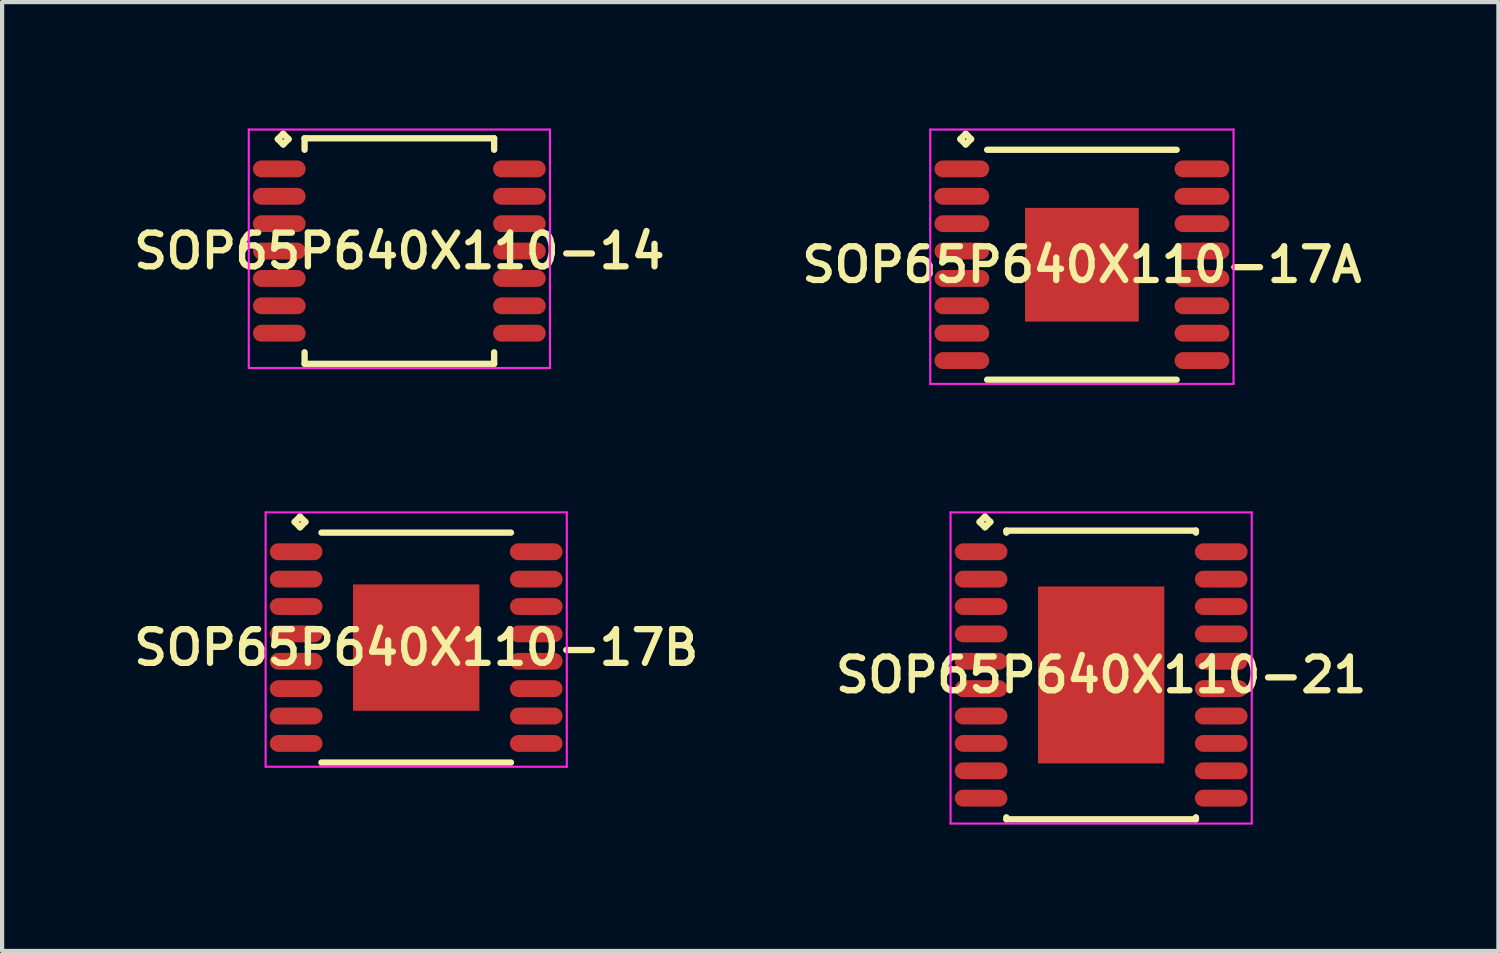
<source format=kicad_pcb>
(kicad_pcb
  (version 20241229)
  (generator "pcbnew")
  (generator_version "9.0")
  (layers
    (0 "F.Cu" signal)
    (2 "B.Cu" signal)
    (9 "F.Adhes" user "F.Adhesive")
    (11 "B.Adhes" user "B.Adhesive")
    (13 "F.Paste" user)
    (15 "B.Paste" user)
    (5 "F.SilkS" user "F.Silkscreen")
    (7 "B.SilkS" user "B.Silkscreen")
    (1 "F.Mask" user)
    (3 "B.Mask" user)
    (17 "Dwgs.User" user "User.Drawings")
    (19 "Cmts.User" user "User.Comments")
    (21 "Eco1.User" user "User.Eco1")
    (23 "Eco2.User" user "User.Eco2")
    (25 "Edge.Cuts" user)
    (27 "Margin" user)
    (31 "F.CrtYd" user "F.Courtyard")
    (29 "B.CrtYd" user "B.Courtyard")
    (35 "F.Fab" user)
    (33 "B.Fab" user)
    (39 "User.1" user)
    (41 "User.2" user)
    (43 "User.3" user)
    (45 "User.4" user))
  (footprint "SOP65P640X110-17A"
    (layer "F.Cu")
    (at 22.635 3.235)
    (property "Reference" "SOP65P640X110-17A" (at 0 0 0) (layer "F.SilkS") (effects (font (size 0.8 0.8) (thickness 0.15))))
    (attr smd)
    (fp_line (start -2.885 -2.983) (end -2.758 -3.11) (stroke (width 0.15) (type solid)) (layer "F.SilkS"))
    (fp_line (start -2.758 -3.11) (end -2.631 -2.983) (stroke (width 0.15) (type solid)) (layer "F.SilkS"))
    (fp_line (start -2.758 -2.856) (end -2.885 -2.983) (stroke (width 0.15) (type solid)) (layer "F.SilkS"))
    (fp_line (start -2.631 -2.983) (end -2.758 -2.856) (stroke (width 0.15) (type solid)) (layer "F.SilkS"))
    (fp_line (start -2.25 -2.729) (end 2.25 -2.729) (stroke (width 0.15) (type solid)) (layer "F.SilkS"))
    (fp_line (start -2.25 2.729) (end 2.25 2.729) (stroke (width 0.15) (type solid)) (layer "F.SilkS"))
    (fp_line (start -3.6 -3.21) (end 3.6 -3.21) (stroke (width 0.05) (type solid)) (layer "F.CrtYd"))
    (fp_line (start -3.6 2.829) (end -3.6 -3.21) (stroke (width 0.05) (type solid)) (layer "F.CrtYd"))
    (fp_line (start 3.6 -3.21) (end 3.6 2.829) (stroke (width 0.05) (type solid)) (layer "F.CrtYd"))
    (fp_line (start 3.6 2.829) (end -3.6 2.829) (stroke (width 0.05) (type solid)) (layer "F.CrtYd"))
    (pad "1" smd oval (at -2.85 -2.275) (size 1.3 0.4) (layers "F.Cu" "F.Mask" "F.Paste"))
    (pad "2" smd oval (at -2.85 -1.625) (size 1.3 0.4) (layers "F.Cu" "F.Mask" "F.Paste"))
    (pad "3" smd oval (at -2.85 -0.975) (size 1.3 0.4) (layers "F.Cu" "F.Mask" "F.Paste"))
    (pad "4" smd oval (at -2.85 -0.325) (size 1.3 0.4) (layers "F.Cu" "F.Mask" "F.Paste"))
    (pad "5" smd oval (at -2.85 0.325) (size 1.3 0.4) (layers "F.Cu" "F.Mask" "F.Paste"))
    (pad "6" smd oval (at -2.85 0.975) (size 1.3 0.4) (layers "F.Cu" "F.Mask" "F.Paste"))
    (pad "7" smd oval (at -2.85 1.625) (size 1.3 0.4) (layers "F.Cu" "F.Mask" "F.Paste"))
    (pad "8" smd oval (at -2.85 2.275) (size 1.3 0.4) (layers "F.Cu" "F.Mask" "F.Paste"))
    (pad "9" smd oval (at 2.85 2.275) (size 1.3 0.4) (layers "F.Cu" "F.Mask" "F.Paste"))
    (pad "10" smd oval (at 2.85 1.625) (size 1.3 0.4) (layers "F.Cu" "F.Mask" "F.Paste"))
    (pad "11" smd oval (at 2.85 0.975) (size 1.3 0.4) (layers "F.Cu" "F.Mask" "F.Paste"))
    (pad "12" smd oval (at 2.85 0.325) (size 1.3 0.4) (layers "F.Cu" "F.Mask" "F.Paste"))
    (pad "13" smd oval (at 2.85 -0.325) (size 1.3 0.4) (layers "F.Cu" "F.Mask" "F.Paste"))
    (pad "14" smd oval (at 2.85 -0.975) (size 1.3 0.4) (layers "F.Cu" "F.Mask" "F.Paste"))
    (pad "15" smd oval (at 2.85 -1.625) (size 1.3 0.4) (layers "F.Cu" "F.Mask" "F.Paste"))
    (pad "16" smd oval (at 2.85 -2.275) (size 1.3 0.4) (layers "F.Cu" "F.Mask" "F.Paste"))
    (pad "17" smd rect (at 0 0) (size 2.7 2.7) (layers "F.Cu" "F.Mask" "F.Paste")))
  (footprint "SOP65P640X110-21"
    (layer "F.Cu")
    (at 23.092 12.974)
    (property "Reference" "SOP65P640X110-21" (at 0 0 0) (layer "F.SilkS") (effects (font (size 0.8 0.8) (thickness 0.15))))
    (attr smd)
    (fp_line (start -2.885 -3.633) (end -2.758 -3.76) (stroke (width 0.15) (type solid)) (layer "F.SilkS"))
    (fp_line (start -2.758 -3.76) (end -2.631 -3.633) (stroke (width 0.15) (type solid)) (layer "F.SilkS"))
    (fp_line (start -2.758 -3.506) (end -2.885 -3.633) (stroke (width 0.15) (type solid)) (layer "F.SilkS"))
    (fp_line (start -2.631 -3.633) (end -2.758 -3.506) (stroke (width 0.15) (type solid)) (layer "F.SilkS"))
    (fp_line (start -2.25 -3.427) (end 2.25 -3.427) (stroke (width 0.15) (type solid)) (layer "F.SilkS"))
    (fp_line (start -2.25 -3.379) (end -2.25 -3.427) (stroke (width 0.15) (type solid)) (layer "F.SilkS"))
    (fp_line (start -2.25 3.379) (end -2.25 3.427) (stroke (width 0.15) (type solid)) (layer "F.SilkS"))
    (fp_line (start -2.25 3.427) (end 2.25 3.427) (stroke (width 0.15) (type solid)) (layer "F.SilkS"))
    (fp_line (start 2.25 -3.427) (end 2.25 -3.379) (stroke (width 0.15) (type solid)) (layer "F.SilkS"))
    (fp_line (start 2.25 3.427) (end 2.25 3.379) (stroke (width 0.15) (type solid)) (layer "F.SilkS"))
    (fp_line (start -3.575 -3.86) (end 3.575 -3.86) (stroke (width 0.05) (type solid)) (layer "F.CrtYd"))
    (fp_line (start -3.575 3.527) (end -3.575 -3.86) (stroke (width 0.05) (type solid)) (layer "F.CrtYd"))
    (fp_line (start 3.575 -3.86) (end 3.575 3.527) (stroke (width 0.05) (type solid)) (layer "F.CrtYd"))
    (fp_line (start 3.575 3.527) (end -3.575 3.527) (stroke (width 0.05) (type solid)) (layer "F.CrtYd"))
    (pad "1" smd oval (at -2.85 -2.925) (size 1.25 0.4) (layers "F.Cu" "F.Mask" "F.Paste"))
    (pad "2" smd oval (at -2.85 -2.275) (size 1.25 0.4) (layers "F.Cu" "F.Mask" "F.Paste"))
    (pad "3" smd oval (at -2.85 -1.625) (size 1.25 0.4) (layers "F.Cu" "F.Mask" "F.Paste"))
    (pad "4" smd oval (at -2.85 -0.975) (size 1.25 0.4) (layers "F.Cu" "F.Mask" "F.Paste"))
    (pad "5" smd oval (at -2.85 -0.325) (size 1.25 0.4) (layers "F.Cu" "F.Mask" "F.Paste"))
    (pad "6" smd oval (at -2.85 0.325) (size 1.25 0.4) (layers "F.Cu" "F.Mask" "F.Paste"))
    (pad "7" smd oval (at -2.85 0.975) (size 1.25 0.4) (layers "F.Cu" "F.Mask" "F.Paste"))
    (pad "8" smd oval (at -2.85 1.625) (size 1.25 0.4) (layers "F.Cu" "F.Mask" "F.Paste"))
    (pad "9" smd oval (at -2.85 2.275) (size 1.25 0.4) (layers "F.Cu" "F.Mask" "F.Paste"))
    (pad "10" smd oval (at -2.85 2.925) (size 1.25 0.4) (layers "F.Cu" "F.Mask" "F.Paste"))
    (pad "11" smd oval (at 2.85 2.925) (size 1.25 0.4) (layers "F.Cu" "F.Mask" "F.Paste"))
    (pad "12" smd oval (at 2.85 2.275) (size 1.25 0.4) (layers "F.Cu" "F.Mask" "F.Paste"))
    (pad "13" smd oval (at 2.85 1.625) (size 1.25 0.4) (layers "F.Cu" "F.Mask" "F.Paste"))
    (pad "14" smd oval (at 2.85 0.975) (size 1.25 0.4) (layers "F.Cu" "F.Mask" "F.Paste"))
    (pad "15" smd oval (at 2.85 0.325) (size 1.25 0.4) (layers "F.Cu" "F.Mask" "F.Paste"))
    (pad "16" smd oval (at 2.85 -0.325) (size 1.25 0.4) (layers "F.Cu" "F.Mask" "F.Paste"))
    (pad "17" smd oval (at 2.85 -0.975) (size 1.25 0.4) (layers "F.Cu" "F.Mask" "F.Paste"))
    (pad "18" smd oval (at 2.85 -1.625) (size 1.25 0.4) (layers "F.Cu" "F.Mask" "F.Paste"))
    (pad "19" smd oval (at 2.85 -2.275) (size 1.25 0.4) (layers "F.Cu" "F.Mask" "F.Paste"))
    (pad "20" smd oval (at 2.85 -2.925) (size 1.25 0.4) (layers "F.Cu" "F.Mask" "F.Paste"))
    (pad "21" smd rect (at 0 0) (size 3 4.2) (layers "F.Cu" "F.Mask" "F.Paste")))
  (footprint "SOP65P640X110-17B"
    (layer "F.Cu")
    (at 6.831 12.324)
    (property "Reference" "SOP65P640X110-17B" (at 0 0 0) (layer "F.SilkS") (effects (font (size 0.8 0.8) (thickness 0.15))))
    (attr smd)
    (fp_line (start -2.885 -2.983) (end -2.758 -3.11) (stroke (width 0.15) (type solid)) (layer "F.SilkS"))
    (fp_line (start -2.758 -3.11) (end -2.631 -2.983) (stroke (width 0.15) (type solid)) (layer "F.SilkS"))
    (fp_line (start -2.758 -2.856) (end -2.885 -2.983) (stroke (width 0.15) (type solid)) (layer "F.SilkS"))
    (fp_line (start -2.631 -2.983) (end -2.758 -2.856) (stroke (width 0.15) (type solid)) (layer "F.SilkS"))
    (fp_line (start -2.25 -2.729) (end 2.25 -2.729) (stroke (width 0.15) (type solid)) (layer "F.SilkS"))
    (fp_line (start -2.25 2.729) (end 2.25 2.729) (stroke (width 0.15) (type solid)) (layer "F.SilkS"))
    (fp_line (start -3.575 -3.21) (end 3.575 -3.21) (stroke (width 0.05) (type solid)) (layer "F.CrtYd"))
    (fp_line (start -3.575 2.829) (end -3.575 -3.21) (stroke (width 0.05) (type solid)) (layer "F.CrtYd"))
    (fp_line (start 3.575 -3.21) (end 3.575 2.829) (stroke (width 0.05) (type solid)) (layer "F.CrtYd"))
    (fp_line (start 3.575 2.829) (end -3.575 2.829) (stroke (width 0.05) (type solid)) (layer "F.CrtYd"))
    (pad "1" smd oval (at -2.85 -2.275) (size 1.25 0.4) (layers "F.Cu" "F.Mask" "F.Paste"))
    (pad "2" smd oval (at -2.85 -1.625) (size 1.25 0.4) (layers "F.Cu" "F.Mask" "F.Paste"))
    (pad "3" smd oval (at -2.85 -0.975) (size 1.25 0.4) (layers "F.Cu" "F.Mask" "F.Paste"))
    (pad "4" smd oval (at -2.85 -0.325) (size 1.25 0.4) (layers "F.Cu" "F.Mask" "F.Paste"))
    (pad "5" smd oval (at -2.85 0.325) (size 1.25 0.4) (layers "F.Cu" "F.Mask" "F.Paste"))
    (pad "6" smd oval (at -2.85 0.975) (size 1.25 0.4) (layers "F.Cu" "F.Mask" "F.Paste"))
    (pad "7" smd oval (at -2.85 1.625) (size 1.25 0.4) (layers "F.Cu" "F.Mask" "F.Paste"))
    (pad "8" smd oval (at -2.85 2.275) (size 1.25 0.4) (layers "F.Cu" "F.Mask" "F.Paste"))
    (pad "9" smd oval (at 2.85 2.275) (size 1.25 0.4) (layers "F.Cu" "F.Mask" "F.Paste"))
    (pad "10" smd oval (at 2.85 1.625) (size 1.25 0.4) (layers "F.Cu" "F.Mask" "F.Paste"))
    (pad "11" smd oval (at 2.85 0.975) (size 1.25 0.4) (layers "F.Cu" "F.Mask" "F.Paste"))
    (pad "12" smd oval (at 2.85 0.325) (size 1.25 0.4) (layers "F.Cu" "F.Mask" "F.Paste"))
    (pad "13" smd oval (at 2.85 -0.325) (size 1.25 0.4) (layers "F.Cu" "F.Mask" "F.Paste"))
    (pad "14" smd oval (at 2.85 -0.975) (size 1.25 0.4) (layers "F.Cu" "F.Mask" "F.Paste"))
    (pad "15" smd oval (at 2.85 -1.625) (size 1.25 0.4) (layers "F.Cu" "F.Mask" "F.Paste"))
    (pad "16" smd oval (at 2.85 -2.275) (size 1.25 0.4) (layers "F.Cu" "F.Mask" "F.Paste"))
    (pad "17" smd rect (at 0 0) (size 3 3) (layers "F.Cu" "F.Mask" "F.Paste")))
  (footprint "SOP65P640X110-14"
    (layer "F.Cu")
    (at 6.431 2.91)
    (property "Reference" "SOP65P640X110-14" (at 0 0 0) (layer "F.SilkS") (effects (font (size 0.8 0.8) (thickness 0.15))))
    (attr smd)
    (fp_line (start -2.885 -2.658) (end -2.758 -2.785) (stroke (width 0.15) (type solid)) (layer "F.SilkS"))
    (fp_line (start -2.758 -2.785) (end -2.631 -2.658) (stroke (width 0.15) (type solid)) (layer "F.SilkS"))
    (fp_line (start -2.758 -2.531) (end -2.885 -2.658) (stroke (width 0.15) (type solid)) (layer "F.SilkS"))
    (fp_line (start -2.631 -2.658) (end -2.758 -2.531) (stroke (width 0.15) (type solid)) (layer "F.SilkS"))
    (fp_line (start -2.25 -2.677) (end 2.25 -2.677) (stroke (width 0.15) (type solid)) (layer "F.SilkS"))
    (fp_line (start -2.25 -2.404) (end -2.25 -2.677) (stroke (width 0.15) (type solid)) (layer "F.SilkS"))
    (fp_line (start -2.25 2.404) (end -2.25 2.677) (stroke (width 0.15) (type solid)) (layer "F.SilkS"))
    (fp_line (start -2.25 2.677) (end 2.25 2.677) (stroke (width 0.15) (type solid)) (layer "F.SilkS"))
    (fp_line (start 2.25 -2.677) (end 2.25 -2.404) (stroke (width 0.15) (type solid)) (layer "F.SilkS"))
    (fp_line (start 2.25 2.677) (end 2.25 2.404) (stroke (width 0.15) (type solid)) (layer "F.SilkS"))
    (fp_line (start -3.575 -2.885) (end 3.575 -2.885) (stroke (width 0.05) (type solid)) (layer "F.CrtYd"))
    (fp_line (start -3.575 2.777) (end -3.575 -2.885) (stroke (width 0.05) (type solid)) (layer "F.CrtYd"))
    (fp_line (start 3.575 -2.885) (end 3.575 2.777) (stroke (width 0.05) (type solid)) (layer "F.CrtYd"))
    (fp_line (start 3.575 2.777) (end -3.575 2.777) (stroke (width 0.05) (type solid)) (layer "F.CrtYd"))
    (pad "1" smd oval (at -2.85 -1.95) (size 1.25 0.4) (layers "F.Cu" "F.Mask" "F.Paste"))
    (pad "2" smd oval (at -2.85 -1.3) (size 1.25 0.4) (layers "F.Cu" "F.Mask" "F.Paste"))
    (pad "3" smd oval (at -2.85 -0.65) (size 1.25 0.4) (layers "F.Cu" "F.Mask" "F.Paste"))
    (pad "4" smd oval (at -2.85 0) (size 1.25 0.4) (layers "F.Cu" "F.Mask" "F.Paste"))
    (pad "5" smd oval (at -2.85 0.65) (size 1.25 0.4) (layers "F.Cu" "F.Mask" "F.Paste"))
    (pad "6" smd oval (at -2.85 1.3) (size 1.25 0.4) (layers "F.Cu" "F.Mask" "F.Paste"))
    (pad "7" smd oval (at -2.85 1.95) (size 1.25 0.4) (layers "F.Cu" "F.Mask" "F.Paste"))
    (pad "8" smd oval (at 2.85 1.95) (size 1.25 0.4) (layers "F.Cu" "F.Mask" "F.Paste"))
    (pad "9" smd oval (at 2.85 1.3) (size 1.25 0.4) (layers "F.Cu" "F.Mask" "F.Paste"))
    (pad "10" smd oval (at 2.85 0.65) (size 1.25 0.4) (layers "F.Cu" "F.Mask" "F.Paste"))
    (pad "11" smd oval (at 2.85 0) (size 1.25 0.4) (layers "F.Cu" "F.Mask" "F.Paste"))
    (pad "12" smd oval (at 2.85 -0.65) (size 1.25 0.4) (layers "F.Cu" "F.Mask" "F.Paste"))
    (pad "13" smd oval (at 2.85 -1.3) (size 1.25 0.4) (layers "F.Cu" "F.Mask" "F.Paste"))
    (pad "14" smd oval (at 2.85 -1.95) (size 1.25 0.4) (layers "F.Cu" "F.Mask" "F.Paste")))
  (gr_rect
    (start -3 -3)
    (end 32.523 19.526)
    (stroke (width 0.1) (type default))
    (fill no)
    (layer "Edge.Cuts")))
</source>
